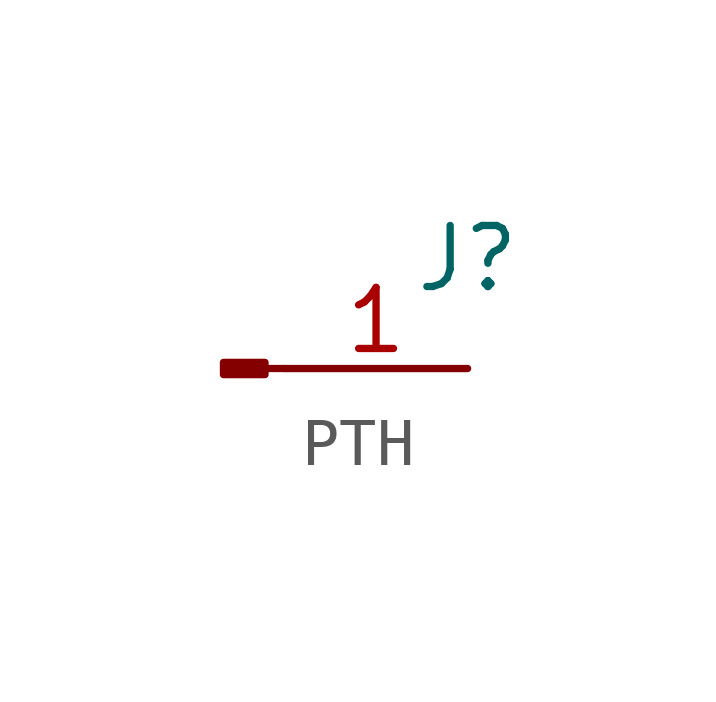
<source format=kicad_sym>
(kicad_symbol_lib
  (version 20231120)
  (generator "kicad_symbol_editor")
  (generator_version "8.0")
  (symbol "PTH"
    (property "Reference" "J"
      (at 0 2.286 0)
      (effects (font (size 1.27 1.27))))
    (property "Value" ""
      (at 0 0 0)
      (effects (font (size 1.27 1.27))))
    (symbol "PTH_1_1"
      (rectangle (start -4.216 0.127) (end -5.08 -0.127) (stroke (width 0.152) (type default)) (fill (type outline)))
      (polyline (pts (xy -3.81 0) (xy -4.216 0)) (stroke (width 0.152) (type default)) (fill (type none)))
      (pin passive line (at 0 0 180) (length 3.81) (name "" (effects (font (size 1.27 1.27)))) (number "1" (effects (font (size 1.27 1.27))))))))
</source>
